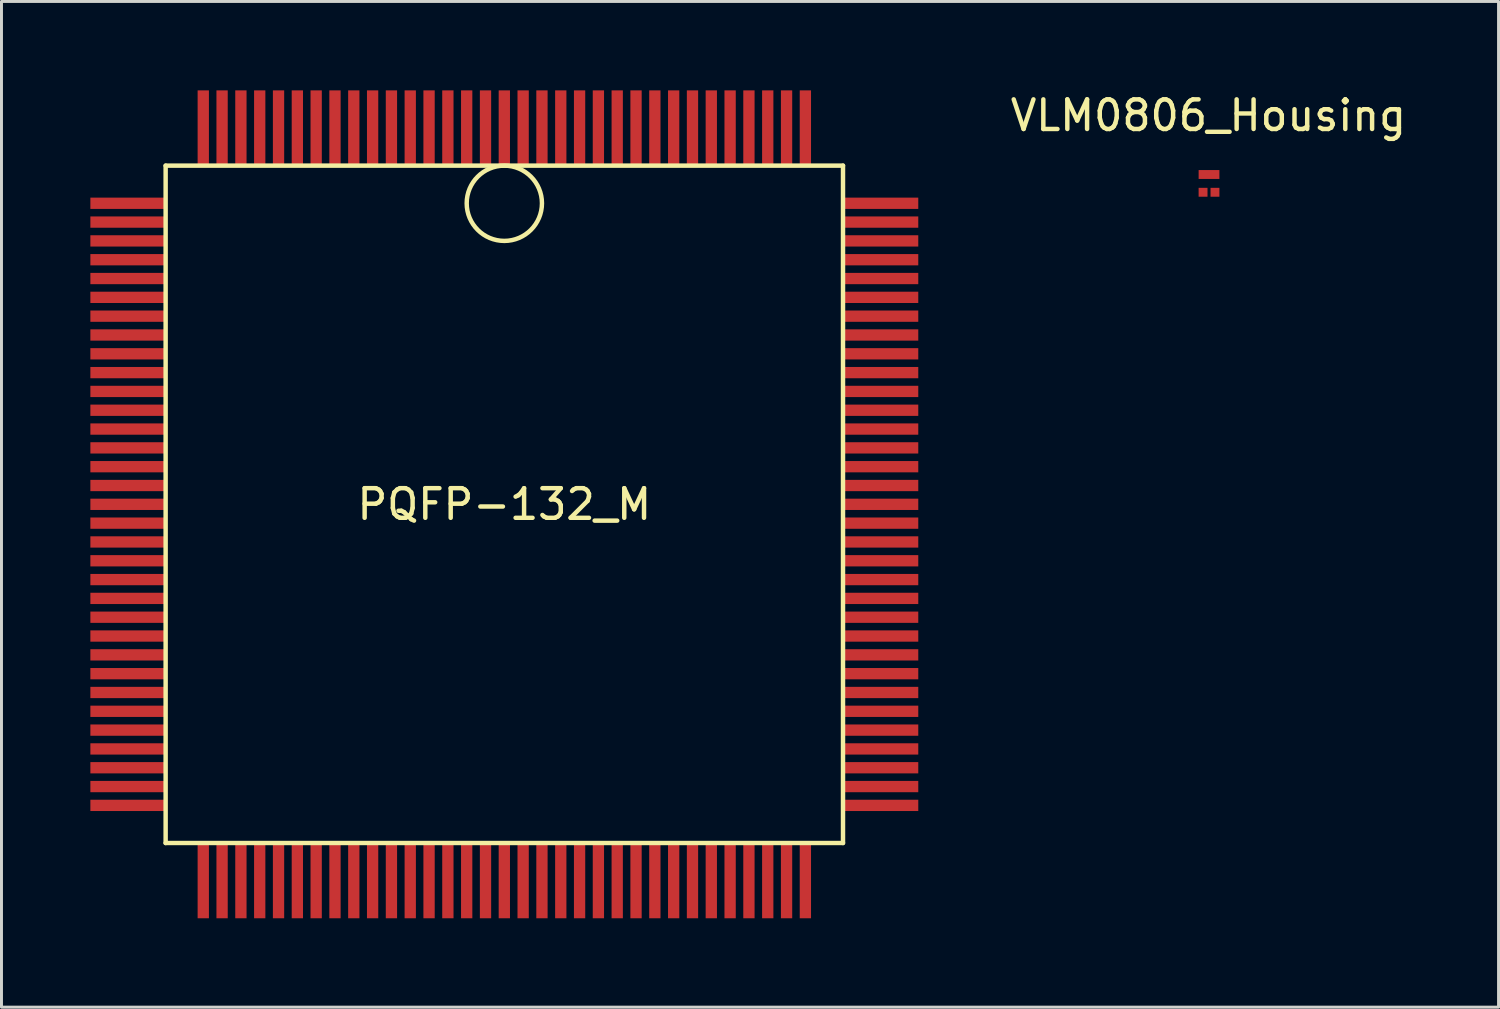
<source format=kicad_pcb>
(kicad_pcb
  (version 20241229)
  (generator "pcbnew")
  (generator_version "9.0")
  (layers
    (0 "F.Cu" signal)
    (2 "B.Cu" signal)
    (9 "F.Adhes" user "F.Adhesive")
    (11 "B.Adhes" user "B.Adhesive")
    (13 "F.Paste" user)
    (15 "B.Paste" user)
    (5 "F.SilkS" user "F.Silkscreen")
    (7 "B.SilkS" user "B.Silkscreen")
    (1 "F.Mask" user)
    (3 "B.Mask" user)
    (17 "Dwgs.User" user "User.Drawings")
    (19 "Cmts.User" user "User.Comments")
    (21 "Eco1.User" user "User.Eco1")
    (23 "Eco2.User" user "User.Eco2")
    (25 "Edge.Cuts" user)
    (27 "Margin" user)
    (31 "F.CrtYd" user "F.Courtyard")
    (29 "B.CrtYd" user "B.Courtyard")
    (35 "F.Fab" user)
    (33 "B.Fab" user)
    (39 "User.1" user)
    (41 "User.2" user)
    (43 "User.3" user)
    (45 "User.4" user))
  (footprint "VLM0806_Housing"
    (layer "F.Cu")
    (at 37.752 3.139)
    (property "Reference" "VLM0806_Housing" (at -0.02 -2.291 0) (layer "F.SilkS") (effects (font (size 1 1) (thickness 0.15))))
    (attr smd)
    (pad "1" smd rect (at 0.201 0.3) (size 0.3 0.3) (layers "F.Cu" "F.Mask" "F.Paste"))
    (pad "2" smd rect (at -0.201 0.3) (size 0.3 0.3) (layers "F.Cu" "F.Mask" "F.Paste"))
    (pad "3" smd rect (at 0 -0.3) (size 0.701 0.3) (layers "F.Cu" "F.Mask" "F.Paste")))
  (footprint "PQFP-132_M"
    (layer "F.Cu")
    (at 13.97 13.97)
    (property "Reference" "PQFP-132_M" (at 0 0 0) (layer "F.SilkS") (effects (font (size 1 1) (thickness 0.15))))
    (attr smd)
    (fp_line (start -11.43 -11.43) (end 11.43 -11.43) (stroke (width 0.15) (type solid)) (layer "F.SilkS"))
    (fp_line (start -11.43 11.43) (end -11.43 -11.43) (stroke (width 0.15) (type solid)) (layer "F.SilkS"))
    (fp_line (start 11.43 -11.43) (end 11.43 11.43) (stroke (width 0.15) (type solid)) (layer "F.SilkS"))
    (fp_line (start 11.43 11.43) (end -11.43 11.43) (stroke (width 0.15) (type solid)) (layer "F.SilkS"))
    (fp_circle (center 0 -10.16) (end 0 -11.43) (stroke (width 0.15) (type solid)) (fill no) (layer "F.SilkS"))
    (pad "1" smd rect (at 0 -12.7) (size 0.381 2.54) (layers "F.Cu" "F.Mask" "F.Paste"))
    (pad "2" smd rect (at -0.635 -12.7) (size 0.381 2.54) (layers "F.Cu" "F.Mask" "F.Paste"))
    (pad "3" smd rect (at -1.27 -12.7) (size 0.381 2.54) (layers "F.Cu" "F.Mask" "F.Paste"))
    (pad "4" smd rect (at -1.905 -12.7) (size 0.381 2.54) (layers "F.Cu" "F.Mask" "F.Paste"))
    (pad "5" smd rect (at -2.54 -12.7) (size 0.381 2.54) (layers "F.Cu" "F.Mask" "F.Paste"))
    (pad "6" smd rect (at -3.175 -12.7) (size 0.381 2.54) (layers "F.Cu" "F.Mask" "F.Paste"))
    (pad "7" smd rect (at -3.81 -12.7) (size 0.381 2.54) (layers "F.Cu" "F.Mask" "F.Paste"))
    (pad "8" smd rect (at -4.445 -12.7) (size 0.381 2.54) (layers "F.Cu" "F.Mask" "F.Paste"))
    (pad "9" smd rect (at -5.08 -12.7) (size 0.381 2.54) (layers "F.Cu" "F.Mask" "F.Paste"))
    (pad "10" smd rect (at -5.715 -12.7) (size 0.381 2.54) (layers "F.Cu" "F.Mask" "F.Paste"))
    (pad "11" smd rect (at -6.35 -12.7) (size 0.381 2.54) (layers "F.Cu" "F.Mask" "F.Paste"))
    (pad "12" smd rect (at -6.985 -12.7) (size 0.381 2.54) (layers "F.Cu" "F.Mask" "F.Paste"))
    (pad "13" smd rect (at -7.62 -12.7) (size 0.381 2.54) (layers "F.Cu" "F.Mask" "F.Paste"))
    (pad "14" smd rect (at -8.255 -12.7) (size 0.381 2.54) (layers "F.Cu" "F.Mask" "F.Paste"))
    (pad "15" smd rect (at -8.89 -12.7) (size 0.381 2.54) (layers "F.Cu" "F.Mask" "F.Paste"))
    (pad "16" smd rect (at -9.525 -12.7) (size 0.381 2.54) (layers "F.Cu" "F.Mask" "F.Paste"))
    (pad "17" smd rect (at -10.16 -12.7) (size 0.381 2.54) (layers "F.Cu" "F.Mask" "F.Paste"))
    (pad "18" smd rect (at -12.7 -10.16) (size 2.54 0.381) (layers "F.Cu" "F.Mask" "F.Paste"))
    (pad "19" smd rect (at -12.7 -9.525) (size 2.54 0.381) (layers "F.Cu" "F.Mask" "F.Paste"))
    (pad "20" smd rect (at -12.7 -8.89) (size 2.54 0.381) (layers "F.Cu" "F.Mask" "F.Paste"))
    (pad "21" smd rect (at -12.7 -8.255) (size 2.54 0.381) (layers "F.Cu" "F.Mask" "F.Paste"))
    (pad "22" smd rect (at -12.7 -7.62) (size 2.54 0.381) (layers "F.Cu" "F.Mask" "F.Paste"))
    (pad "23" smd rect (at -12.7 -6.985) (size 2.54 0.381) (layers "F.Cu" "F.Mask" "F.Paste"))
    (pad "24" smd rect (at -12.7 -6.35) (size 2.54 0.381) (layers "F.Cu" "F.Mask" "F.Paste"))
    (pad "25" smd rect (at -12.7 -5.715) (size 2.54 0.381) (layers "F.Cu" "F.Mask" "F.Paste"))
    (pad "26" smd rect (at -12.7 -5.08) (size 2.54 0.381) (layers "F.Cu" "F.Mask" "F.Paste"))
    (pad "27" smd rect (at -12.7 -4.445) (size 2.54 0.381) (layers "F.Cu" "F.Mask" "F.Paste"))
    (pad "28" smd rect (at -12.7 -3.81) (size 2.54 0.381) (layers "F.Cu" "F.Mask" "F.Paste"))
    (pad "29" smd rect (at -12.7 -3.175) (size 2.54 0.381) (layers "F.Cu" "F.Mask" "F.Paste"))
    (pad "30" smd rect (at -12.7 -2.54) (size 2.54 0.381) (layers "F.Cu" "F.Mask" "F.Paste"))
    (pad "31" smd rect (at -12.7 -1.905) (size 2.54 0.381) (layers "F.Cu" "F.Mask" "F.Paste"))
    (pad "32" smd rect (at -12.7 -1.27) (size 2.54 0.381) (layers "F.Cu" "F.Mask" "F.Paste"))
    (pad "33" smd rect (at -12.7 -0.635) (size 2.54 0.381) (layers "F.Cu" "F.Mask" "F.Paste"))
    (pad "34" smd rect (at -12.7 0) (size 2.54 0.381) (layers "F.Cu" "F.Mask" "F.Paste"))
    (pad "35" smd rect (at -12.7 0.635) (size 2.54 0.381) (layers "F.Cu" "F.Mask" "F.Paste"))
    (pad "36" smd rect (at -12.7 1.27) (size 2.54 0.381) (layers "F.Cu" "F.Mask" "F.Paste"))
    (pad "37" smd rect (at -12.7 1.905) (size 2.54 0.381) (layers "F.Cu" "F.Mask" "F.Paste"))
    (pad "38" smd rect (at -12.7 2.54) (size 2.54 0.381) (layers "F.Cu" "F.Mask" "F.Paste"))
    (pad "39" smd rect (at -12.7 3.175) (size 2.54 0.381) (layers "F.Cu" "F.Mask" "F.Paste"))
    (pad "40" smd rect (at -12.7 3.81) (size 2.54 0.381) (layers "F.Cu" "F.Mask" "F.Paste"))
    (pad "41" smd rect (at -12.7 4.445) (size 2.54 0.381) (layers "F.Cu" "F.Mask" "F.Paste"))
    (pad "42" smd rect (at -12.7 5.08) (size 2.54 0.381) (layers "F.Cu" "F.Mask" "F.Paste"))
    (pad "43" smd rect (at -12.7 5.715) (size 2.54 0.381) (layers "F.Cu" "F.Mask" "F.Paste"))
    (pad "44" smd rect (at -12.7 6.35) (size 2.54 0.381) (layers "F.Cu" "F.Mask" "F.Paste"))
    (pad "45" smd rect (at -12.7 6.985) (size 2.54 0.381) (layers "F.Cu" "F.Mask" "F.Paste"))
    (pad "46" smd rect (at -12.7 7.62) (size 2.54 0.381) (layers "F.Cu" "F.Mask" "F.Paste"))
    (pad "47" smd rect (at -12.7 8.255) (size 2.54 0.381) (layers "F.Cu" "F.Mask" "F.Paste"))
    (pad "48" smd rect (at -12.7 8.89) (size 2.54 0.381) (layers "F.Cu" "F.Mask" "F.Paste"))
    (pad "49" smd rect (at -12.7 9.525) (size 2.54 0.381) (layers "F.Cu" "F.Mask" "F.Paste"))
    (pad "50" smd rect (at -12.7 10.16) (size 2.54 0.381) (layers "F.Cu" "F.Mask" "F.Paste"))
    (pad "51" smd rect (at -10.16 12.7) (size 0.381 2.54) (layers "F.Cu" "F.Mask" "F.Paste"))
    (pad "52" smd rect (at -9.525 12.7) (size 0.381 2.54) (layers "F.Cu" "F.Mask" "F.Paste"))
    (pad "53" smd rect (at -8.89 12.7) (size 0.381 2.54) (layers "F.Cu" "F.Mask" "F.Paste"))
    (pad "54" smd rect (at -8.255 12.7) (size 0.381 2.54) (layers "F.Cu" "F.Mask" "F.Paste"))
    (pad "55" smd rect (at -7.62 12.7) (size 0.381 2.54) (layers "F.Cu" "F.Mask" "F.Paste"))
    (pad "56" smd rect (at -6.985 12.7) (size 0.381 2.54) (layers "F.Cu" "F.Mask" "F.Paste"))
    (pad "57" smd rect (at -6.35 12.7) (size 0.381 2.54) (layers "F.Cu" "F.Mask" "F.Paste"))
    (pad "58" smd rect (at -5.715 12.7) (size 0.381 2.54) (layers "F.Cu" "F.Mask" "F.Paste"))
    (pad "59" smd rect (at -5.08 12.7) (size 0.381 2.54) (layers "F.Cu" "F.Mask" "F.Paste"))
    (pad "60" smd rect (at -4.445 12.7) (size 0.381 2.54) (layers "F.Cu" "F.Mask" "F.Paste"))
    (pad "61" smd rect (at -3.81 12.7) (size 0.381 2.54) (layers "F.Cu" "F.Mask" "F.Paste"))
    (pad "62" smd rect (at -3.175 12.7) (size 0.381 2.54) (layers "F.Cu" "F.Mask" "F.Paste"))
    (pad "63" smd rect (at -2.54 12.7) (size 0.381 2.54) (layers "F.Cu" "F.Mask" "F.Paste"))
    (pad "64" smd rect (at -1.905 12.7) (size 0.381 2.54) (layers "F.Cu" "F.Mask" "F.Paste"))
    (pad "65" smd rect (at -1.27 12.7) (size 0.381 2.54) (layers "F.Cu" "F.Mask" "F.Paste"))
    (pad "66" smd rect (at -0.635 12.7) (size 0.381 2.54) (layers "F.Cu" "F.Mask" "F.Paste"))
    (pad "67" smd rect (at 0 12.7) (size 0.381 2.54) (layers "F.Cu" "F.Mask" "F.Paste"))
    (pad "68" smd rect (at 0.635 12.7) (size 0.381 2.54) (layers "F.Cu" "F.Mask" "F.Paste"))
    (pad "69" smd rect (at 1.27 12.7) (size 0.381 2.54) (layers "F.Cu" "F.Mask" "F.Paste"))
    (pad "70" smd rect (at 1.905 12.7) (size 0.381 2.54) (layers "F.Cu" "F.Mask" "F.Paste"))
    (pad "71" smd rect (at 2.54 12.7) (size 0.381 2.54) (layers "F.Cu" "F.Mask" "F.Paste"))
    (pad "72" smd rect (at 3.175 12.7) (size 0.381 2.54) (layers "F.Cu" "F.Mask" "F.Paste"))
    (pad "73" smd rect (at 3.81 12.7) (size 0.381 2.54) (layers "F.Cu" "F.Mask" "F.Paste"))
    (pad "74" smd rect (at 4.445 12.7) (size 0.381 2.54) (layers "F.Cu" "F.Mask" "F.Paste"))
    (pad "75" smd rect (at 5.08 12.7) (size 0.381 2.54) (layers "F.Cu" "F.Mask" "F.Paste"))
    (pad "76" smd rect (at 5.715 12.7) (size 0.381 2.54) (layers "F.Cu" "F.Mask" "F.Paste"))
    (pad "77" smd rect (at 6.35 12.7) (size 0.381 2.54) (layers "F.Cu" "F.Mask" "F.Paste"))
    (pad "78" smd rect (at 6.985 12.7) (size 0.381 2.54) (layers "F.Cu" "F.Mask" "F.Paste"))
    (pad "79" smd rect (at 7.62 12.7) (size 0.381 2.54) (layers "F.Cu" "F.Mask" "F.Paste"))
    (pad "80" smd rect (at 8.255 12.7) (size 0.381 2.54) (layers "F.Cu" "F.Mask" "F.Paste"))
    (pad "81" smd rect (at 8.89 12.7) (size 0.381 2.54) (layers "F.Cu" "F.Mask" "F.Paste"))
    (pad "82" smd rect (at 9.525 12.7) (size 0.381 2.54) (layers "F.Cu" "F.Mask" "F.Paste"))
    (pad "83" smd rect (at 10.16 12.7) (size 0.381 2.54) (layers "F.Cu" "F.Mask" "F.Paste"))
    (pad "84" smd rect (at 12.7 10.16) (size 2.54 0.381) (layers "F.Cu" "F.Mask" "F.Paste"))
    (pad "85" smd rect (at 12.7 9.525) (size 2.54 0.381) (layers "F.Cu" "F.Mask" "F.Paste"))
    (pad "86" smd rect (at 12.7 8.89) (size 2.54 0.381) (layers "F.Cu" "F.Mask" "F.Paste"))
    (pad "87" smd rect (at 12.7 8.255) (size 2.54 0.381) (layers "F.Cu" "F.Mask" "F.Paste"))
    (pad "88" smd rect (at 12.7 7.62) (size 2.54 0.381) (layers "F.Cu" "F.Mask" "F.Paste"))
    (pad "89" smd rect (at 12.7 6.985) (size 2.54 0.381) (layers "F.Cu" "F.Mask" "F.Paste"))
    (pad "90" smd rect (at 12.7 6.35) (size 2.54 0.381) (layers "F.Cu" "F.Mask" "F.Paste"))
    (pad "91" smd rect (at 12.7 5.715) (size 2.54 0.381) (layers "F.Cu" "F.Mask" "F.Paste"))
    (pad "92" smd rect (at 12.7 5.08) (size 2.54 0.381) (layers "F.Cu" "F.Mask" "F.Paste"))
    (pad "93" smd rect (at 12.7 4.445) (size 2.54 0.381) (layers "F.Cu" "F.Mask" "F.Paste"))
    (pad "94" smd rect (at 12.7 3.81) (size 2.54 0.381) (layers "F.Cu" "F.Mask" "F.Paste"))
    (pad "95" smd rect (at 12.7 3.175) (size 2.54 0.381) (layers "F.Cu" "F.Mask" "F.Paste"))
    (pad "96" smd rect (at 12.7 2.54) (size 2.54 0.381) (layers "F.Cu" "F.Mask" "F.Paste"))
    (pad "97" smd rect (at 12.7 1.905) (size 2.54 0.381) (layers "F.Cu" "F.Mask" "F.Paste"))
    (pad "98" smd rect (at 12.7 1.27) (size 2.54 0.381) (layers "F.Cu" "F.Mask" "F.Paste"))
    (pad "99" smd rect (at 12.7 0.635) (size 2.54 0.381) (layers "F.Cu" "F.Mask" "F.Paste"))
    (pad "100" smd rect (at 12.7 0) (size 2.54 0.381) (layers "F.Cu" "F.Mask" "F.Paste"))
    (pad "101" smd rect (at 12.7 -0.635) (size 2.54 0.381) (layers "F.Cu" "F.Mask" "F.Paste"))
    (pad "102" smd rect (at 12.7 -1.27) (size 2.54 0.381) (layers "F.Cu" "F.Mask" "F.Paste"))
    (pad "103" smd rect (at 12.7 -1.905) (size 2.54 0.381) (layers "F.Cu" "F.Mask" "F.Paste"))
    (pad "104" smd rect (at 12.7 -2.54) (size 2.54 0.381) (layers "F.Cu" "F.Mask" "F.Paste"))
    (pad "105" smd rect (at 12.7 -3.175) (size 2.54 0.381) (layers "F.Cu" "F.Mask" "F.Paste"))
    (pad "106" smd rect (at 12.7 -3.81) (size 2.54 0.381) (layers "F.Cu" "F.Mask" "F.Paste"))
    (pad "107" smd rect (at 12.7 -4.445) (size 2.54 0.381) (layers "F.Cu" "F.Mask" "F.Paste"))
    (pad "108" smd rect (at 12.7 -5.08) (size 2.54 0.381) (layers "F.Cu" "F.Mask" "F.Paste"))
    (pad "109" smd rect (at 12.7 -5.715) (size 2.54 0.381) (layers "F.Cu" "F.Mask" "F.Paste"))
    (pad "110" smd rect (at 12.7 -6.35) (size 2.54 0.381) (layers "F.Cu" "F.Mask" "F.Paste"))
    (pad "111" smd rect (at 12.7 -6.985) (size 2.54 0.381) (layers "F.Cu" "F.Mask" "F.Paste"))
    (pad "112" smd rect (at 12.7 -7.62) (size 2.54 0.381) (layers "F.Cu" "F.Mask" "F.Paste"))
    (pad "113" smd rect (at 12.7 -8.255) (size 2.54 0.381) (layers "F.Cu" "F.Mask" "F.Paste"))
    (pad "114" smd rect (at 12.7 -8.89) (size 2.54 0.381) (layers "F.Cu" "F.Mask" "F.Paste"))
    (pad "115" smd rect (at 12.7 -9.525) (size 2.54 0.381) (layers "F.Cu" "F.Mask" "F.Paste"))
    (pad "116" smd rect (at 12.7 -10.16) (size 2.54 0.381) (layers "F.Cu" "F.Mask" "F.Paste"))
    (pad "117" smd rect (at 10.16 -12.7) (size 0.381 2.54) (layers "F.Cu" "F.Mask" "F.Paste"))
    (pad "118" smd rect (at 9.525 -12.7) (size 0.381 2.54) (layers "F.Cu" "F.Mask" "F.Paste"))
    (pad "119" smd rect (at 8.89 -12.7) (size 0.381 2.54) (layers "F.Cu" "F.Mask" "F.Paste"))
    (pad "120" smd rect (at 8.255 -12.7) (size 0.381 2.54) (layers "F.Cu" "F.Mask" "F.Paste"))
    (pad "121" smd rect (at 7.62 -12.7) (size 0.381 2.54) (layers "F.Cu" "F.Mask" "F.Paste"))
    (pad "122" smd rect (at 6.985 -12.7) (size 0.381 2.54) (layers "F.Cu" "F.Mask" "F.Paste"))
    (pad "123" smd rect (at 6.35 -12.7) (size 0.381 2.54) (layers "F.Cu" "F.Mask" "F.Paste"))
    (pad "124" smd rect (at 5.715 -12.7) (size 0.381 2.54) (layers "F.Cu" "F.Mask" "F.Paste"))
    (pad "125" smd rect (at 5.08 -12.7) (size 0.381 2.54) (layers "F.Cu" "F.Mask" "F.Paste"))
    (pad "126" smd rect (at 4.445 -12.7) (size 0.381 2.54) (layers "F.Cu" "F.Mask" "F.Paste"))
    (pad "127" smd rect (at 3.81 -12.7) (size 0.381 2.54) (layers "F.Cu" "F.Mask" "F.Paste"))
    (pad "128" smd rect (at 3.175 -12.7) (size 0.381 2.54) (layers "F.Cu" "F.Mask" "F.Paste"))
    (pad "129" smd rect (at 2.54 -12.7) (size 0.381 2.54) (layers "F.Cu" "F.Mask" "F.Paste"))
    (pad "130" smd rect (at 1.905 -12.7) (size 0.381 2.54) (layers "F.Cu" "F.Mask" "F.Paste"))
    (pad "131" smd rect (at 1.27 -12.7) (size 0.381 2.54) (layers "F.Cu" "F.Mask" "F.Paste"))
    (pad "132" smd rect (at 0.635 -12.7) (size 0.381 2.54) (layers "F.Cu" "F.Mask" "F.Paste")))
  (gr_rect
    (start -3 -3)
    (end 47.523 30.94)
    (stroke (width 0.1) (type default))
    (fill no)
    (layer "Edge.Cuts")))
</source>
